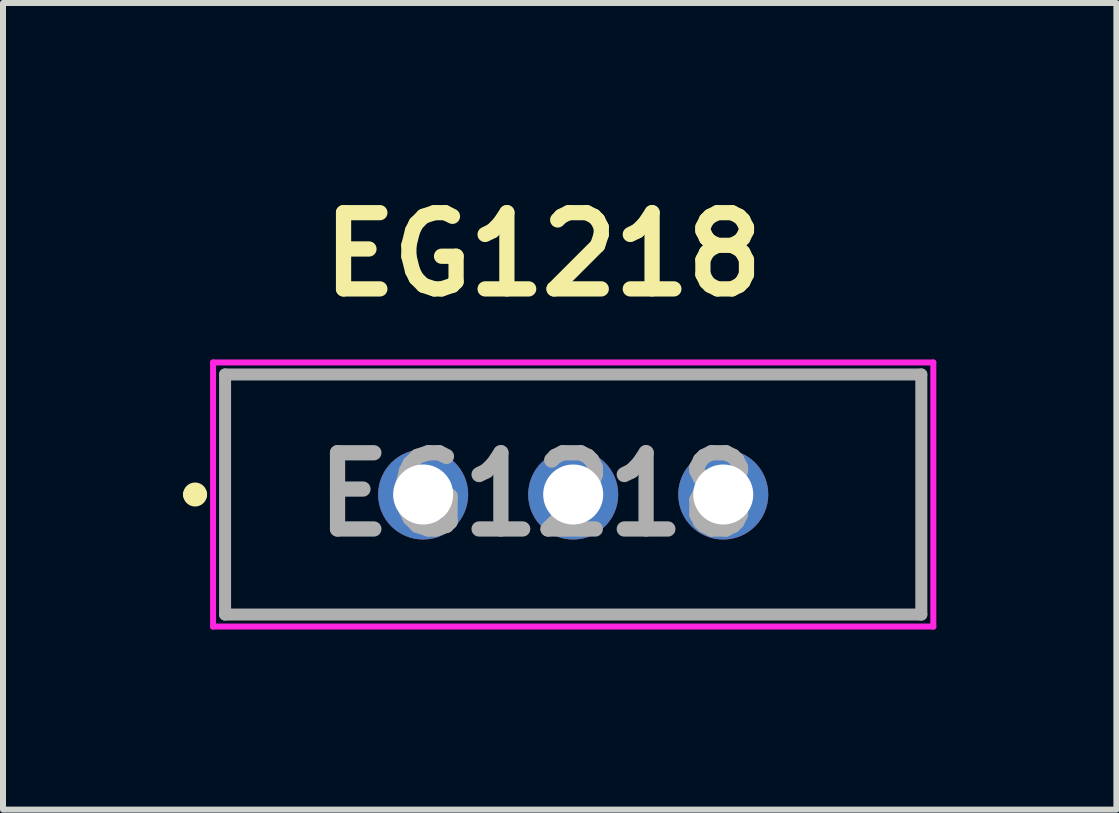
<source format=kicad_pcb>
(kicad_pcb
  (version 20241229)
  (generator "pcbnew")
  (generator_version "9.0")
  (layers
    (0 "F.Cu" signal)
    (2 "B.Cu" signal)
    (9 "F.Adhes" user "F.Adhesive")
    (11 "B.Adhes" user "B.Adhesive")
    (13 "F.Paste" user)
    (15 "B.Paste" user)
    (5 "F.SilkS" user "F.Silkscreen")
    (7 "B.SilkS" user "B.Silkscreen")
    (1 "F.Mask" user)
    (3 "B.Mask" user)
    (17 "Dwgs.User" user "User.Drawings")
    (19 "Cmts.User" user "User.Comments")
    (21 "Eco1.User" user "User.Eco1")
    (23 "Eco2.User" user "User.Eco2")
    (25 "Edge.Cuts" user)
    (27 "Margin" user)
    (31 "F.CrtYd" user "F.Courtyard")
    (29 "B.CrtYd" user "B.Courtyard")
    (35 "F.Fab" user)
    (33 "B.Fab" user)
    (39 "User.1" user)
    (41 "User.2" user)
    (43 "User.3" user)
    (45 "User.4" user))
  (footprint "EG1218"
    (layer "F.Cu")
    (at 4 5.189)
    (property "Reference" "EG1218" (at 2 -4 0) (layer "F.SilkS") (effects (font (size 1.27 1.27) (thickness 0.254))))
    (attr through_hole)
    (fp_line (start -3.9 0) (end -3.9 0) (stroke (width 0.2) (type solid)) (layer "F.SilkS"))
    (fp_line (start -3.7 0) (end -3.7 0) (stroke (width 0.2) (type solid)) (layer "F.SilkS"))
    (fp_line (start -3.3 -2) (end 8.3 -2) (stroke (width 0.1) (type solid)) (layer "F.SilkS"))
    (fp_line (start -3.3 2) (end -3.3 -2) (stroke (width 0.1) (type solid)) (layer "F.SilkS"))
    (fp_line (start 8.3 -2) (end 8.3 2) (stroke (width 0.1) (type solid)) (layer "F.SilkS"))
    (fp_line (start 8.3 2) (end -3.3 2) (stroke (width 0.1) (type solid)) (layer "F.SilkS"))
    (fp_arc (start -3.9 0) (mid -3.8 -0.1) (end -3.7 0) (stroke (width 0.2) (type solid)) (layer "F.SilkS"))
    (fp_arc (start -3.7 0) (mid -3.8 0.1) (end -3.9 0) (stroke (width 0.2) (type solid)) (layer "F.SilkS"))
    (fp_line (start -3.5 -2.2) (end 8.5 -2.2) (stroke (width 0.1) (type solid)) (layer "F.CrtYd"))
    (fp_line (start -3.5 2.2) (end -3.5 -2.2) (stroke (width 0.1) (type solid)) (layer "F.CrtYd"))
    (fp_line (start 8.5 -2.2) (end 8.5 2.2) (stroke (width 0.1) (type solid)) (layer "F.CrtYd"))
    (fp_line (start 8.5 2.2) (end -3.5 2.2) (stroke (width 0.1) (type solid)) (layer "F.CrtYd"))
    (fp_line (start -3.3 -2) (end 8.3 -2) (stroke (width 0.2) (type solid)) (layer "F.Fab"))
    (fp_line (start -3.3 2) (end -3.3 -2) (stroke (width 0.2) (type solid)) (layer "F.Fab"))
    (fp_line (start 8.3 -2) (end 8.3 2) (stroke (width 0.2) (type solid)) (layer "F.Fab"))
    (fp_line (start 8.3 2) (end -3.3 2) (stroke (width 0.2) (type solid)) (layer "F.Fab"))
    (fp_text user "${REFERENCE}" (at 1.9 0 0) (layer "F.Fab") (effects (font (size 1.27 1.27) (thickness 0.254))))
    (pad "1" thru_hole circle (at 0 0) (size 1.5 1.5) (drill 1) (layers "*.Cu" "*.Mask"))
    (pad "2" thru_hole circle (at 2.5 0) (size 1.5 1.5) (drill 1) (layers "*.Cu" "*.Mask"))
    (pad "3" thru_hole circle (at 5 0) (size 1.5 1.5) (drill 1) (layers "*.Cu" "*.Mask")))
  (gr_rect
    (start -3 -3)
    (end 15.55 10.439)
    (stroke (width 0.1) (type default))
    (fill no)
    (layer "Edge.Cuts")))
</source>
